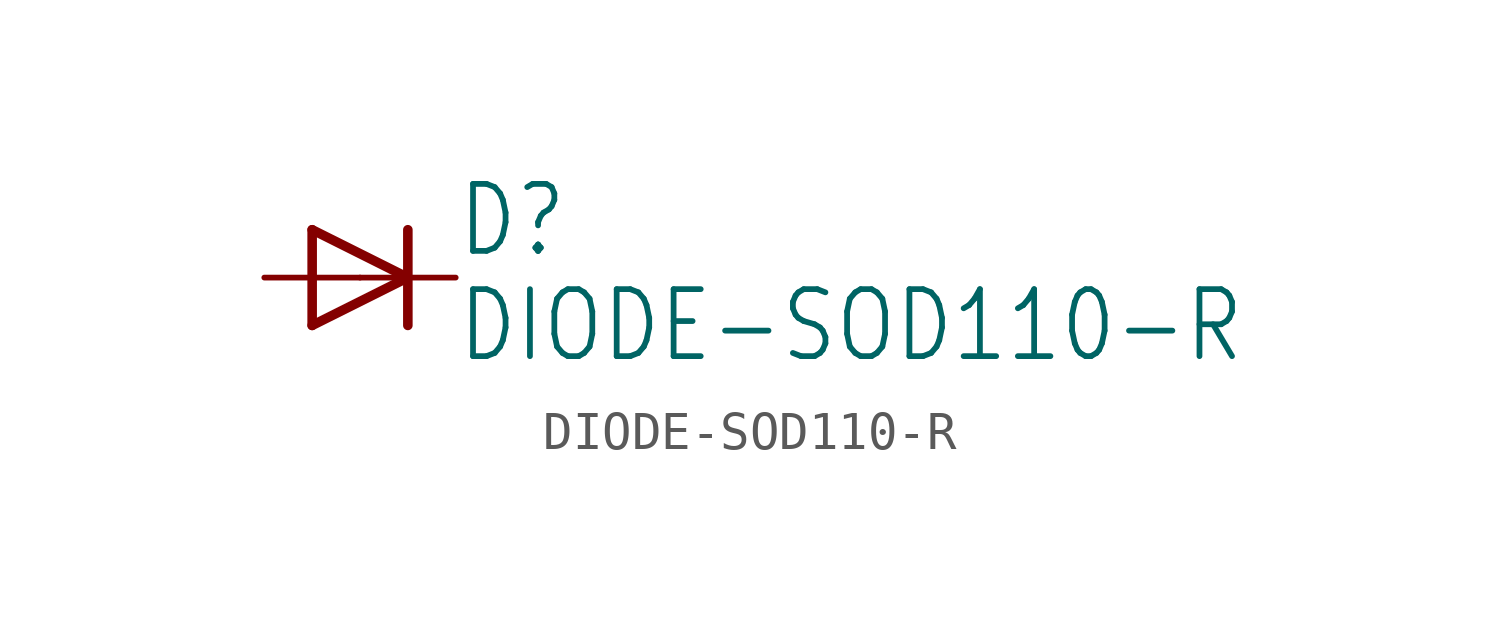
<source format=kicad_sym>
(kicad_symbol_lib
  (version 20211014)
  (generator kicad_symbol_editor)
  (symbol "DIODE-SOD110-R"
    (property "Reference" "D"
      (at 2.54 0.483 0)
      (effects (font (size 1.778 1.511)) (justify left bottom)))
    (property "Value" "DIODE-SOD110-R"
      (at 2.54 -2.311 0)
      (effects (font (size 1.778 1.511)) (justify left bottom)))
    (property "ki_locked" ""
      (at 0 0 0)
      (effects (font (size 1.27 1.27))))
    (symbol "DIODE-SOD110-R_1_0"
      (polyline (pts (xy -1.27 -1.27) (xy 1.27 0)) (stroke (width 0.254) (type default) (color 0 0 0 0)) (fill (type none)))
      (polyline (pts (xy -1.27 1.27) (xy -1.27 -1.27)) (stroke (width 0.254) (type default) (color 0 0 0 0)) (fill (type none)))
      (polyline (pts (xy 1.27 0) (xy -1.27 1.27)) (stroke (width 0.254) (type default) (color 0 0 0 0)) (fill (type none)))
      (polyline (pts (xy 1.27 0) (xy 1.27 -1.27)) (stroke (width 0.254) (type default) (color 0 0 0 0)) (fill (type none)))
      (polyline (pts (xy 1.27 1.27) (xy 1.27 0)) (stroke (width 0.254) (type default) (color 0 0 0 0)) (fill (type none)))
      (pin passive line (at -2.54 0 0) (length 2.54) (name "A" (effects (font (size 0 0)))) (number "A" (effects (font (size 0 0)))))
      (pin passive line (at 2.54 0 180) (length 2.54) (name "C" (effects (font (size 0 0)))) (number "C" (effects (font (size 0 0))))))))
</source>
